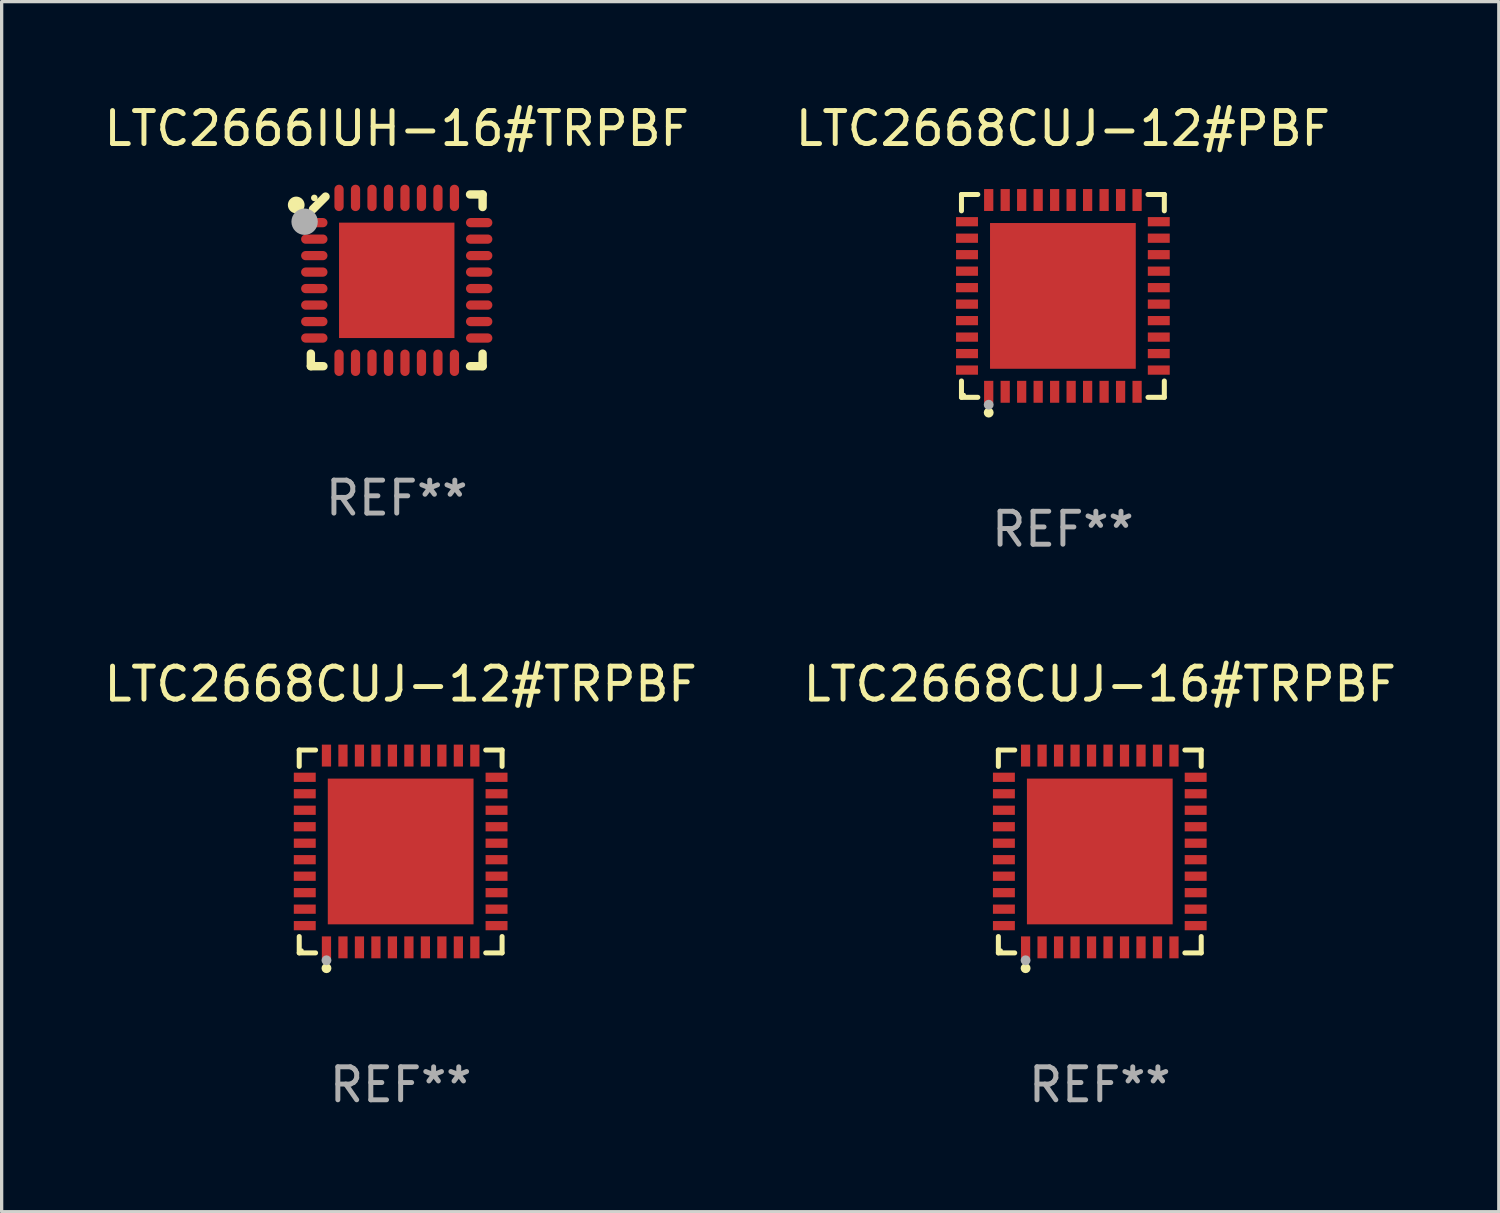
<source format=kicad_pcb>
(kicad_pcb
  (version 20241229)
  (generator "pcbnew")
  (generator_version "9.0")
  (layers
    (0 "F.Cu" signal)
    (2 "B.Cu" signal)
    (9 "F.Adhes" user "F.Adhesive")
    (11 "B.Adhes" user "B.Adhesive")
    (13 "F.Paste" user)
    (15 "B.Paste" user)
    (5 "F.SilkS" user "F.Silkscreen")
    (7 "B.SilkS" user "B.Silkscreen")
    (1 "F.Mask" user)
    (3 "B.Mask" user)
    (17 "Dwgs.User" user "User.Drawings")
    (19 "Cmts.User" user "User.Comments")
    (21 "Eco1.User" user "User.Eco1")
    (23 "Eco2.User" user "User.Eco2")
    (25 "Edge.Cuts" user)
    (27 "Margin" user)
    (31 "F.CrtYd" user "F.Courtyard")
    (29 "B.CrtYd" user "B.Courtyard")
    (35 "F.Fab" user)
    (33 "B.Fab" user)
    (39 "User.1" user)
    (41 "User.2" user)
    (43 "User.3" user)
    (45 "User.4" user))
  (footprint "LTC2668CUJ-16#TRPBF"
    (layer "F.Cu")
    (at 30.304 22.773)
    (property "Reference" "LTC2668CUJ-16#TRPBF" (at 0 -5.076 0) (layer "F.SilkS") (effects (font (size 1 1) (thickness 0.15))))
    (attr through_hole)
    (fp_line (start -3.076 -3.076) (end -2.58 -3.076) (stroke (width 0.152) (type solid)) (layer "F.SilkS"))
    (fp_line (start -3.076 -2.58) (end -3.076 -3.076) (stroke (width 0.152) (type solid)) (layer "F.SilkS"))
    (fp_line (start -3.076 2.58) (end -3.076 3.076) (stroke (width 0.152) (type solid)) (layer "F.SilkS"))
    (fp_line (start -3.076 3.076) (end -2.58 3.076) (stroke (width 0.152) (type solid)) (layer "F.SilkS"))
    (fp_line (start 3.076 -3.076) (end 2.58 -3.076) (stroke (width 0.152) (type solid)) (layer "F.SilkS"))
    (fp_line (start 3.076 -2.58) (end 3.076 -3.076) (stroke (width 0.152) (type solid)) (layer "F.SilkS"))
    (fp_line (start 3.076 2.58) (end 3.076 3.076) (stroke (width 0.152) (type solid)) (layer "F.SilkS"))
    (fp_line (start 3.076 3.076) (end 2.58 3.076) (stroke (width 0.152) (type solid)) (layer "F.SilkS"))
    (fp_circle (center -3 3) (end -2.97 3) (stroke (width 0.06) (type solid)) (fill no) (layer "F.SilkS"))
    (fp_circle (center -2.25 3.54) (end -2.175 3.54) (stroke (width 0.15) (type solid)) (fill no) (layer "F.SilkS"))
    (fp_circle (center -2.25 3.3) (end -2.175 3.3) (stroke (width 0.15) (type solid)) (fill no) (layer "F.Fab"))
    (fp_text user "REF**" (at 0 7.076 0) (layer "F.Fab") (effects (font (size 1 1) (thickness 0.15))))
    (pad "1" smd rect (at -2.25 2.908) (size 0.28 0.665) (layers "F.Cu" "F.Mask" "F.Paste"))
    (pad "2" smd rect (at -1.75 2.908) (size 0.28 0.665) (layers "F.Cu" "F.Mask" "F.Paste"))
    (pad "3" smd rect (at -1.25 2.908) (size 0.28 0.665) (layers "F.Cu" "F.Mask" "F.Paste"))
    (pad "4" smd rect (at -0.75 2.908) (size 0.28 0.665) (layers "F.Cu" "F.Mask" "F.Paste"))
    (pad "5" smd rect (at -0.25 2.908) (size 0.28 0.665) (layers "F.Cu" "F.Mask" "F.Paste"))
    (pad "6" smd rect (at 0.25 2.908) (size 0.28 0.665) (layers "F.Cu" "F.Mask" "F.Paste"))
    (pad "7" smd rect (at 0.75 2.908) (size 0.28 0.665) (layers "F.Cu" "F.Mask" "F.Paste"))
    (pad "8" smd rect (at 1.25 2.908) (size 0.28 0.665) (layers "F.Cu" "F.Mask" "F.Paste"))
    (pad "9" smd rect (at 1.75 2.908) (size 0.28 0.665) (layers "F.Cu" "F.Mask" "F.Paste"))
    (pad "10" smd rect (at 2.25 2.908) (size 0.28 0.665) (layers "F.Cu" "F.Mask" "F.Paste"))
    (pad "11" smd rect (at 2.908 2.25) (size 0.665 0.28) (layers "F.Cu" "F.Mask" "F.Paste"))
    (pad "12" smd rect (at 2.908 1.75) (size 0.665 0.28) (layers "F.Cu" "F.Mask" "F.Paste"))
    (pad "13" smd rect (at 2.908 1.25) (size 0.665 0.28) (layers "F.Cu" "F.Mask" "F.Paste"))
    (pad "14" smd rect (at 2.908 0.75) (size 0.665 0.28) (layers "F.Cu" "F.Mask" "F.Paste"))
    (pad "15" smd rect (at 2.908 0.25) (size 0.665 0.28) (layers "F.Cu" "F.Mask" "F.Paste"))
    (pad "16" smd rect (at 2.908 -0.25) (size 0.665 0.28) (layers "F.Cu" "F.Mask" "F.Paste"))
    (pad "17" smd rect (at 2.908 -0.75) (size 0.665 0.28) (layers "F.Cu" "F.Mask" "F.Paste"))
    (pad "18" smd rect (at 2.908 -1.25) (size 0.665 0.28) (layers "F.Cu" "F.Mask" "F.Paste"))
    (pad "19" smd rect (at 2.908 -1.75) (size 0.665 0.28) (layers "F.Cu" "F.Mask" "F.Paste"))
    (pad "20" smd rect (at 2.908 -2.25) (size 0.665 0.28) (layers "F.Cu" "F.Mask" "F.Paste"))
    (pad "21" smd rect (at 2.25 -2.908) (size 0.28 0.665) (layers "F.Cu" "F.Mask" "F.Paste"))
    (pad "22" smd rect (at 1.75 -2.908) (size 0.28 0.665) (layers "F.Cu" "F.Mask" "F.Paste"))
    (pad "23" smd rect (at 1.25 -2.908) (size 0.28 0.665) (layers "F.Cu" "F.Mask" "F.Paste"))
    (pad "24" smd rect (at 0.75 -2.908) (size 0.28 0.665) (layers "F.Cu" "F.Mask" "F.Paste"))
    (pad "25" smd rect (at 0.25 -2.908) (size 0.28 0.665) (layers "F.Cu" "F.Mask" "F.Paste"))
    (pad "26" smd rect (at -0.25 -2.908) (size 0.28 0.665) (layers "F.Cu" "F.Mask" "F.Paste"))
    (pad "27" smd rect (at -0.75 -2.908) (size 0.28 0.665) (layers "F.Cu" "F.Mask" "F.Paste"))
    (pad "28" smd rect (at -1.25 -2.908) (size 0.28 0.665) (layers "F.Cu" "F.Mask" "F.Paste"))
    (pad "29" smd rect (at -1.75 -2.908) (size 0.28 0.665) (layers "F.Cu" "F.Mask" "F.Paste"))
    (pad "30" smd rect (at -2.25 -2.908) (size 0.28 0.665) (layers "F.Cu" "F.Mask" "F.Paste"))
    (pad "31" smd rect (at -2.908 -2.25) (size 0.665 0.28) (layers "F.Cu" "F.Mask" "F.Paste"))
    (pad "32" smd rect (at -2.908 -1.75) (size 0.665 0.28) (layers "F.Cu" "F.Mask" "F.Paste"))
    (pad "33" smd rect (at -2.908 -1.25) (size 0.665 0.28) (layers "F.Cu" "F.Mask" "F.Paste"))
    (pad "34" smd rect (at -2.908 -0.75) (size 0.665 0.28) (layers "F.Cu" "F.Mask" "F.Paste"))
    (pad "35" smd rect (at -2.908 -0.25) (size 0.665 0.28) (layers "F.Cu" "F.Mask" "F.Paste"))
    (pad "36" smd rect (at -2.908 0.25) (size 0.665 0.28) (layers "F.Cu" "F.Mask" "F.Paste"))
    (pad "37" smd rect (at -2.908 0.75) (size 0.665 0.28) (layers "F.Cu" "F.Mask" "F.Paste"))
    (pad "38" smd rect (at -2.908 1.25) (size 0.665 0.28) (layers "F.Cu" "F.Mask" "F.Paste"))
    (pad "39" smd rect (at -2.908 1.75) (size 0.665 0.28) (layers "F.Cu" "F.Mask" "F.Paste"))
    (pad "40" smd rect (at -2.908 2.25) (size 0.665 0.28) (layers "F.Cu" "F.Mask" "F.Paste"))
    (pad "41" smd rect (at 0 0) (size 4.42 4.42) (layers "F.Cu" "F.Mask" "F.Paste")))
  (footprint "LTC2666IUH-16#TRPBF"
    (layer "F.Cu")
    (at 8.982 5.452)
    (property "Reference" "LTC2666IUH-16#TRPBF" (at 0 -4.604 0) (layer "F.SilkS") (effects (font (size 1 1) (thickness 0.15))))
    (attr through_hole)
    (fp_line (start -2.604 2.223) (end -2.604 2.604) (stroke (width 0.254) (type solid)) (layer "F.SilkS"))
    (fp_line (start -2.604 2.604) (end -2.223 2.604) (stroke (width 0.254) (type solid)) (layer "F.SilkS"))
    (fp_line (start -2.159 -2.54) (end -2.54 -2.159) (stroke (width 0.254) (type solid)) (layer "F.SilkS"))
    (fp_line (start 2.223 2.604) (end 2.604 2.604) (stroke (width 0.254) (type solid)) (layer "F.SilkS"))
    (fp_line (start 2.604 -2.604) (end 2.223 -2.604) (stroke (width 0.254) (type solid)) (layer "F.SilkS"))
    (fp_line (start 2.604 -2.223) (end 2.604 -2.604) (stroke (width 0.254) (type solid)) (layer "F.SilkS"))
    (fp_line (start 2.604 2.604) (end 2.604 2.223) (stroke (width 0.254) (type solid)) (layer "F.SilkS"))
    (fp_circle (center -3.048 -2.286) (end -2.921 -2.286) (stroke (width 0.254) (type solid)) (fill no) (layer "F.SilkS"))
    (fp_circle (center -2.5 -2.5) (end -2.45 -2.5) (stroke (width 0.1) (type solid)) (fill no) (layer "F.SilkS"))
    (fp_circle (center -2.794 -1.778) (end -2.594 -1.778) (stroke (width 0.4) (type solid)) (fill no) (layer "F.Fab"))
    (fp_text user "REF**" (at 0 6.604 0) (layer "F.Fab") (effects (font (size 1 1) (thickness 0.15))))
    (pad "1" smd oval (at -2.5 -1.75) (size 0.8 0.28) (layers "F.Cu" "F.Mask" "F.Paste"))
    (pad "2" smd oval (at -2.5 -1.25) (size 0.8 0.28) (layers "F.Cu" "F.Mask" "F.Paste"))
    (pad "3" smd oval (at -2.5 -0.75) (size 0.8 0.28) (layers "F.Cu" "F.Mask" "F.Paste"))
    (pad "4" smd oval (at -2.5 -0.25) (size 0.8 0.28) (layers "F.Cu" "F.Mask" "F.Paste"))
    (pad "5" smd oval (at -2.5 0.25) (size 0.8 0.28) (layers "F.Cu" "F.Mask" "F.Paste"))
    (pad "6" smd oval (at -2.5 0.75) (size 0.8 0.28) (layers "F.Cu" "F.Mask" "F.Paste"))
    (pad "7" smd oval (at -2.5 1.25) (size 0.8 0.28) (layers "F.Cu" "F.Mask" "F.Paste"))
    (pad "8" smd oval (at -2.5 1.75) (size 0.8 0.28) (layers "F.Cu" "F.Mask" "F.Paste"))
    (pad "9" smd oval (at -1.75 2.5) (size 0.28 0.8) (layers "F.Cu" "F.Mask" "F.Paste"))
    (pad "10" smd oval (at -1.25 2.5) (size 0.28 0.8) (layers "F.Cu" "F.Mask" "F.Paste"))
    (pad "11" smd oval (at -0.75 2.5) (size 0.28 0.8) (layers "F.Cu" "F.Mask" "F.Paste"))
    (pad "12" smd oval (at -0.25 2.5) (size 0.28 0.8) (layers "F.Cu" "F.Mask" "F.Paste"))
    (pad "13" smd oval (at 0.25 2.5) (size 0.28 0.8) (layers "F.Cu" "F.Mask" "F.Paste"))
    (pad "14" smd oval (at 0.75 2.5) (size 0.28 0.8) (layers "F.Cu" "F.Mask" "F.Paste"))
    (pad "15" smd oval (at 1.25 2.5) (size 0.28 0.8) (layers "F.Cu" "F.Mask" "F.Paste"))
    (pad "16" smd oval (at 1.75 2.5) (size 0.28 0.8) (layers "F.Cu" "F.Mask" "F.Paste"))
    (pad "17" smd oval (at 2.5 1.75) (size 0.8 0.28) (layers "F.Cu" "F.Mask" "F.Paste"))
    (pad "18" smd oval (at 2.5 1.25) (size 0.8 0.28) (layers "F.Cu" "F.Mask" "F.Paste"))
    (pad "19" smd oval (at 2.5 0.75) (size 0.8 0.28) (layers "F.Cu" "F.Mask" "F.Paste"))
    (pad "20" smd oval (at 2.5 0.25) (size 0.8 0.28) (layers "F.Cu" "F.Mask" "F.Paste"))
    (pad "21" smd oval (at 2.5 -0.25) (size 0.8 0.28) (layers "F.Cu" "F.Mask" "F.Paste"))
    (pad "22" smd oval (at 2.5 -0.75) (size 0.8 0.28) (layers "F.Cu" "F.Mask" "F.Paste"))
    (pad "23" smd oval (at 2.5 -1.25) (size 0.8 0.28) (layers "F.Cu" "F.Mask" "F.Paste"))
    (pad "24" smd oval (at 2.5 -1.75) (size 0.8 0.28) (layers "F.Cu" "F.Mask" "F.Paste"))
    (pad "25" smd oval (at 1.75 -2.5) (size 0.28 0.8) (layers "F.Cu" "F.Mask" "F.Paste"))
    (pad "26" smd oval (at 1.25 -2.5) (size 0.28 0.8) (layers "F.Cu" "F.Mask" "F.Paste"))
    (pad "27" smd oval (at 0.75 -2.5) (size 0.28 0.8) (layers "F.Cu" "F.Mask" "F.Paste"))
    (pad "28" smd oval (at 0.25 -2.5) (size 0.28 0.8) (layers "F.Cu" "F.Mask" "F.Paste"))
    (pad "29" smd oval (at -0.25 -2.5) (size 0.28 0.8) (layers "F.Cu" "F.Mask" "F.Paste"))
    (pad "30" smd oval (at -0.75 -2.5) (size 0.28 0.8) (layers "F.Cu" "F.Mask" "F.Paste"))
    (pad "31" smd oval (at -1.25 -2.5) (size 0.28 0.8) (layers "F.Cu" "F.Mask" "F.Paste"))
    (pad "32" smd oval (at -1.75 -2.5) (size 0.28 0.8) (layers "F.Cu" "F.Mask" "F.Paste"))
    (pad "33" smd rect (at 0.000076 0.000076) (size 3.5 3.5) (layers "F.Cu" "F.Mask" "F.Paste")))
  (footprint "LTC2668CUJ-12#PBF"
    (layer "F.Cu")
    (at 29.185 5.924)
    (property "Reference" "LTC2668CUJ-12#PBF" (at 0 -5.076 0) (layer "F.SilkS") (effects (font (size 1 1) (thickness 0.15))))
    (attr through_hole)
    (fp_line (start -3.076 -3.076) (end -2.58 -3.076) (stroke (width 0.152) (type solid)) (layer "F.SilkS"))
    (fp_line (start -3.076 -2.58) (end -3.076 -3.076) (stroke (width 0.152) (type solid)) (layer "F.SilkS"))
    (fp_line (start -3.076 2.58) (end -3.076 3.076) (stroke (width 0.152) (type solid)) (layer "F.SilkS"))
    (fp_line (start -3.076 3.076) (end -2.58 3.076) (stroke (width 0.152) (type solid)) (layer "F.SilkS"))
    (fp_line (start 3.076 -3.076) (end 2.58 -3.076) (stroke (width 0.152) (type solid)) (layer "F.SilkS"))
    (fp_line (start 3.076 -2.58) (end 3.076 -3.076) (stroke (width 0.152) (type solid)) (layer "F.SilkS"))
    (fp_line (start 3.076 2.58) (end 3.076 3.076) (stroke (width 0.152) (type solid)) (layer "F.SilkS"))
    (fp_line (start 3.076 3.076) (end 2.58 3.076) (stroke (width 0.152) (type solid)) (layer "F.SilkS"))
    (fp_circle (center -3 3) (end -2.97 3) (stroke (width 0.06) (type solid)) (fill no) (layer "F.SilkS"))
    (fp_circle (center -2.25 3.54) (end -2.175 3.54) (stroke (width 0.15) (type solid)) (fill no) (layer "F.SilkS"))
    (fp_circle (center -2.25 3.3) (end -2.175 3.3) (stroke (width 0.15) (type solid)) (fill no) (layer "F.Fab"))
    (fp_text user "REF**" (at 0 7.076 0) (layer "F.Fab") (effects (font (size 1 1) (thickness 0.15))))
    (pad "1" smd rect (at -2.25 2.908) (size 0.28 0.665) (layers "F.Cu" "F.Mask" "F.Paste"))
    (pad "2" smd rect (at -1.75 2.908) (size 0.28 0.665) (layers "F.Cu" "F.Mask" "F.Paste"))
    (pad "3" smd rect (at -1.25 2.908) (size 0.28 0.665) (layers "F.Cu" "F.Mask" "F.Paste"))
    (pad "4" smd rect (at -0.75 2.908) (size 0.28 0.665) (layers "F.Cu" "F.Mask" "F.Paste"))
    (pad "5" smd rect (at -0.25 2.908) (size 0.28 0.665) (layers "F.Cu" "F.Mask" "F.Paste"))
    (pad "6" smd rect (at 0.25 2.908) (size 0.28 0.665) (layers "F.Cu" "F.Mask" "F.Paste"))
    (pad "7" smd rect (at 0.75 2.908) (size 0.28 0.665) (layers "F.Cu" "F.Mask" "F.Paste"))
    (pad "8" smd rect (at 1.25 2.908) (size 0.28 0.665) (layers "F.Cu" "F.Mask" "F.Paste"))
    (pad "9" smd rect (at 1.75 2.908) (size 0.28 0.665) (layers "F.Cu" "F.Mask" "F.Paste"))
    (pad "10" smd rect (at 2.25 2.908) (size 0.28 0.665) (layers "F.Cu" "F.Mask" "F.Paste"))
    (pad "11" smd rect (at 2.908 2.25) (size 0.665 0.28) (layers "F.Cu" "F.Mask" "F.Paste"))
    (pad "12" smd rect (at 2.908 1.75) (size 0.665 0.28) (layers "F.Cu" "F.Mask" "F.Paste"))
    (pad "13" smd rect (at 2.908 1.25) (size 0.665 0.28) (layers "F.Cu" "F.Mask" "F.Paste"))
    (pad "14" smd rect (at 2.908 0.75) (size 0.665 0.28) (layers "F.Cu" "F.Mask" "F.Paste"))
    (pad "15" smd rect (at 2.908 0.25) (size 0.665 0.28) (layers "F.Cu" "F.Mask" "F.Paste"))
    (pad "16" smd rect (at 2.908 -0.25) (size 0.665 0.28) (layers "F.Cu" "F.Mask" "F.Paste"))
    (pad "17" smd rect (at 2.908 -0.75) (size 0.665 0.28) (layers "F.Cu" "F.Mask" "F.Paste"))
    (pad "18" smd rect (at 2.908 -1.25) (size 0.665 0.28) (layers "F.Cu" "F.Mask" "F.Paste"))
    (pad "19" smd rect (at 2.908 -1.75) (size 0.665 0.28) (layers "F.Cu" "F.Mask" "F.Paste"))
    (pad "20" smd rect (at 2.908 -2.25) (size 0.665 0.28) (layers "F.Cu" "F.Mask" "F.Paste"))
    (pad "21" smd rect (at 2.25 -2.908) (size 0.28 0.665) (layers "F.Cu" "F.Mask" "F.Paste"))
    (pad "22" smd rect (at 1.75 -2.908) (size 0.28 0.665) (layers "F.Cu" "F.Mask" "F.Paste"))
    (pad "23" smd rect (at 1.25 -2.908) (size 0.28 0.665) (layers "F.Cu" "F.Mask" "F.Paste"))
    (pad "24" smd rect (at 0.75 -2.908) (size 0.28 0.665) (layers "F.Cu" "F.Mask" "F.Paste"))
    (pad "25" smd rect (at 0.25 -2.908) (size 0.28 0.665) (layers "F.Cu" "F.Mask" "F.Paste"))
    (pad "26" smd rect (at -0.25 -2.908) (size 0.28 0.665) (layers "F.Cu" "F.Mask" "F.Paste"))
    (pad "27" smd rect (at -0.75 -2.908) (size 0.28 0.665) (layers "F.Cu" "F.Mask" "F.Paste"))
    (pad "28" smd rect (at -1.25 -2.908) (size 0.28 0.665) (layers "F.Cu" "F.Mask" "F.Paste"))
    (pad "29" smd rect (at -1.75 -2.908) (size 0.28 0.665) (layers "F.Cu" "F.Mask" "F.Paste"))
    (pad "30" smd rect (at -2.25 -2.908) (size 0.28 0.665) (layers "F.Cu" "F.Mask" "F.Paste"))
    (pad "31" smd rect (at -2.908 -2.25) (size 0.665 0.28) (layers "F.Cu" "F.Mask" "F.Paste"))
    (pad "32" smd rect (at -2.908 -1.75) (size 0.665 0.28) (layers "F.Cu" "F.Mask" "F.Paste"))
    (pad "33" smd rect (at -2.908 -1.25) (size 0.665 0.28) (layers "F.Cu" "F.Mask" "F.Paste"))
    (pad "34" smd rect (at -2.908 -0.75) (size 0.665 0.28) (layers "F.Cu" "F.Mask" "F.Paste"))
    (pad "35" smd rect (at -2.908 -0.25) (size 0.665 0.28) (layers "F.Cu" "F.Mask" "F.Paste"))
    (pad "36" smd rect (at -2.908 0.25) (size 0.665 0.28) (layers "F.Cu" "F.Mask" "F.Paste"))
    (pad "37" smd rect (at -2.908 0.75) (size 0.665 0.28) (layers "F.Cu" "F.Mask" "F.Paste"))
    (pad "38" smd rect (at -2.908 1.25) (size 0.665 0.28) (layers "F.Cu" "F.Mask" "F.Paste"))
    (pad "39" smd rect (at -2.908 1.75) (size 0.665 0.28) (layers "F.Cu" "F.Mask" "F.Paste"))
    (pad "40" smd rect (at -2.908 2.25) (size 0.665 0.28) (layers "F.Cu" "F.Mask" "F.Paste"))
    (pad "41" smd rect (at 0 0) (size 4.42 4.42) (layers "F.Cu" "F.Mask" "F.Paste")))
  (footprint "LTC2668CUJ-12#TRPBF"
    (layer "F.Cu")
    (at 9.101 22.773)
    (property "Reference" "LTC2668CUJ-12#TRPBF" (at 0 -5.076 0) (layer "F.SilkS") (effects (font (size 1 1) (thickness 0.15))))
    (attr through_hole)
    (fp_line (start -3.076 -3.076) (end -2.58 -3.076) (stroke (width 0.152) (type solid)) (layer "F.SilkS"))
    (fp_line (start -3.076 -2.58) (end -3.076 -3.076) (stroke (width 0.152) (type solid)) (layer "F.SilkS"))
    (fp_line (start -3.076 2.58) (end -3.076 3.076) (stroke (width 0.152) (type solid)) (layer "F.SilkS"))
    (fp_line (start -3.076 3.076) (end -2.58 3.076) (stroke (width 0.152) (type solid)) (layer "F.SilkS"))
    (fp_line (start 3.076 -3.076) (end 2.58 -3.076) (stroke (width 0.152) (type solid)) (layer "F.SilkS"))
    (fp_line (start 3.076 -2.58) (end 3.076 -3.076) (stroke (width 0.152) (type solid)) (layer "F.SilkS"))
    (fp_line (start 3.076 2.58) (end 3.076 3.076) (stroke (width 0.152) (type solid)) (layer "F.SilkS"))
    (fp_line (start 3.076 3.076) (end 2.58 3.076) (stroke (width 0.152) (type solid)) (layer "F.SilkS"))
    (fp_circle (center -3 3) (end -2.97 3) (stroke (width 0.06) (type solid)) (fill no) (layer "F.SilkS"))
    (fp_circle (center -2.25 3.54) (end -2.175 3.54) (stroke (width 0.15) (type solid)) (fill no) (layer "F.SilkS"))
    (fp_circle (center -2.25 3.3) (end -2.175 3.3) (stroke (width 0.15) (type solid)) (fill no) (layer "F.Fab"))
    (fp_text user "REF**" (at 0 7.076 0) (layer "F.Fab") (effects (font (size 1 1) (thickness 0.15))))
    (pad "1" smd rect (at -2.25 2.908) (size 0.28 0.665) (layers "F.Cu" "F.Mask" "F.Paste"))
    (pad "2" smd rect (at -1.75 2.908) (size 0.28 0.665) (layers "F.Cu" "F.Mask" "F.Paste"))
    (pad "3" smd rect (at -1.25 2.908) (size 0.28 0.665) (layers "F.Cu" "F.Mask" "F.Paste"))
    (pad "4" smd rect (at -0.75 2.908) (size 0.28 0.665) (layers "F.Cu" "F.Mask" "F.Paste"))
    (pad "5" smd rect (at -0.25 2.908) (size 0.28 0.665) (layers "F.Cu" "F.Mask" "F.Paste"))
    (pad "6" smd rect (at 0.25 2.908) (size 0.28 0.665) (layers "F.Cu" "F.Mask" "F.Paste"))
    (pad "7" smd rect (at 0.75 2.908) (size 0.28 0.665) (layers "F.Cu" "F.Mask" "F.Paste"))
    (pad "8" smd rect (at 1.25 2.908) (size 0.28 0.665) (layers "F.Cu" "F.Mask" "F.Paste"))
    (pad "9" smd rect (at 1.75 2.908) (size 0.28 0.665) (layers "F.Cu" "F.Mask" "F.Paste"))
    (pad "10" smd rect (at 2.25 2.908) (size 0.28 0.665) (layers "F.Cu" "F.Mask" "F.Paste"))
    (pad "11" smd rect (at 2.908 2.25) (size 0.665 0.28) (layers "F.Cu" "F.Mask" "F.Paste"))
    (pad "12" smd rect (at 2.908 1.75) (size 0.665 0.28) (layers "F.Cu" "F.Mask" "F.Paste"))
    (pad "13" smd rect (at 2.908 1.25) (size 0.665 0.28) (layers "F.Cu" "F.Mask" "F.Paste"))
    (pad "14" smd rect (at 2.908 0.75) (size 0.665 0.28) (layers "F.Cu" "F.Mask" "F.Paste"))
    (pad "15" smd rect (at 2.908 0.25) (size 0.665 0.28) (layers "F.Cu" "F.Mask" "F.Paste"))
    (pad "16" smd rect (at 2.908 -0.25) (size 0.665 0.28) (layers "F.Cu" "F.Mask" "F.Paste"))
    (pad "17" smd rect (at 2.908 -0.75) (size 0.665 0.28) (layers "F.Cu" "F.Mask" "F.Paste"))
    (pad "18" smd rect (at 2.908 -1.25) (size 0.665 0.28) (layers "F.Cu" "F.Mask" "F.Paste"))
    (pad "19" smd rect (at 2.908 -1.75) (size 0.665 0.28) (layers "F.Cu" "F.Mask" "F.Paste"))
    (pad "20" smd rect (at 2.908 -2.25) (size 0.665 0.28) (layers "F.Cu" "F.Mask" "F.Paste"))
    (pad "21" smd rect (at 2.25 -2.908) (size 0.28 0.665) (layers "F.Cu" "F.Mask" "F.Paste"))
    (pad "22" smd rect (at 1.75 -2.908) (size 0.28 0.665) (layers "F.Cu" "F.Mask" "F.Paste"))
    (pad "23" smd rect (at 1.25 -2.908) (size 0.28 0.665) (layers "F.Cu" "F.Mask" "F.Paste"))
    (pad "24" smd rect (at 0.75 -2.908) (size 0.28 0.665) (layers "F.Cu" "F.Mask" "F.Paste"))
    (pad "25" smd rect (at 0.25 -2.908) (size 0.28 0.665) (layers "F.Cu" "F.Mask" "F.Paste"))
    (pad "26" smd rect (at -0.25 -2.908) (size 0.28 0.665) (layers "F.Cu" "F.Mask" "F.Paste"))
    (pad "27" smd rect (at -0.75 -2.908) (size 0.28 0.665) (layers "F.Cu" "F.Mask" "F.Paste"))
    (pad "28" smd rect (at -1.25 -2.908) (size 0.28 0.665) (layers "F.Cu" "F.Mask" "F.Paste"))
    (pad "29" smd rect (at -1.75 -2.908) (size 0.28 0.665) (layers "F.Cu" "F.Mask" "F.Paste"))
    (pad "30" smd rect (at -2.25 -2.908) (size 0.28 0.665) (layers "F.Cu" "F.Mask" "F.Paste"))
    (pad "31" smd rect (at -2.908 -2.25) (size 0.665 0.28) (layers "F.Cu" "F.Mask" "F.Paste"))
    (pad "32" smd rect (at -2.908 -1.75) (size 0.665 0.28) (layers "F.Cu" "F.Mask" "F.Paste"))
    (pad "33" smd rect (at -2.908 -1.25) (size 0.665 0.28) (layers "F.Cu" "F.Mask" "F.Paste"))
    (pad "34" smd rect (at -2.908 -0.75) (size 0.665 0.28) (layers "F.Cu" "F.Mask" "F.Paste"))
    (pad "35" smd rect (at -2.908 -0.25) (size 0.665 0.28) (layers "F.Cu" "F.Mask" "F.Paste"))
    (pad "36" smd rect (at -2.908 0.25) (size 0.665 0.28) (layers "F.Cu" "F.Mask" "F.Paste"))
    (pad "37" smd rect (at -2.908 0.75) (size 0.665 0.28) (layers "F.Cu" "F.Mask" "F.Paste"))
    (pad "38" smd rect (at -2.908 1.25) (size 0.665 0.28) (layers "F.Cu" "F.Mask" "F.Paste"))
    (pad "39" smd rect (at -2.908 1.75) (size 0.665 0.28) (layers "F.Cu" "F.Mask" "F.Paste"))
    (pad "40" smd rect (at -2.908 2.25) (size 0.665 0.28) (layers "F.Cu" "F.Mask" "F.Paste"))
    (pad "41" smd rect (at 0 0) (size 4.42 4.42) (layers "F.Cu" "F.Mask" "F.Paste")))
  (gr_rect
    (start -3 -3)
    (end 42.405 33.698)
    (stroke (width 0.1) (type default))
    (fill no)
    (layer "Edge.Cuts")))
</source>
